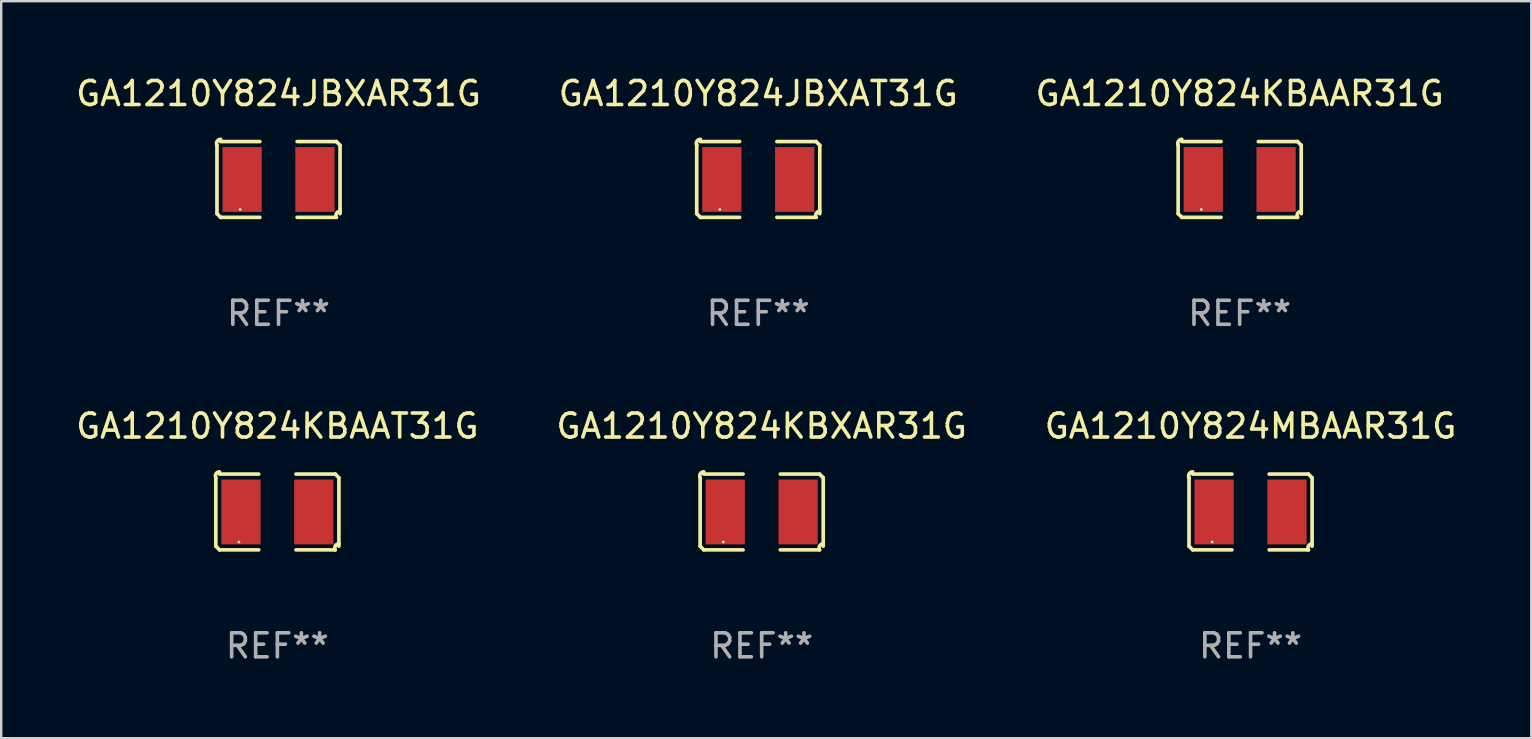
<source format=kicad_pcb>
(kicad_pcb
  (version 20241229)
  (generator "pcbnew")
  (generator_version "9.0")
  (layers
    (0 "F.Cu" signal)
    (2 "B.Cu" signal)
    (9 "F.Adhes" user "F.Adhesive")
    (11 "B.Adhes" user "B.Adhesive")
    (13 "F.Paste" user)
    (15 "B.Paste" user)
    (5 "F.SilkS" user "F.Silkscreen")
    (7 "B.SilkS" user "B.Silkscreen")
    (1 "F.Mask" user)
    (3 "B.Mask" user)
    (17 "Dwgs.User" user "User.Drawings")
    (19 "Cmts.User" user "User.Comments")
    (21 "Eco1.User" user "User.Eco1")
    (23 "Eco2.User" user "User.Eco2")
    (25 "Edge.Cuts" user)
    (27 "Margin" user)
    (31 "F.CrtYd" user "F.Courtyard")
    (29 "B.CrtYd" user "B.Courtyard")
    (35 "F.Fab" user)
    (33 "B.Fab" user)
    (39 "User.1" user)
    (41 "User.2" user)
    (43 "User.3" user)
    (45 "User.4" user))
  (footprint "GA1210Y824KBAAR31G"
    (layer "F.Cu")
    (at 48.601 4.427)
    (property "Reference" "GA1210Y824KBAAR31G" (at 0 -3.579 0) (layer "F.SilkS") (effects (font (size 1 1) (thickness 0.15))))
    (attr through_hole)
    (fp_line (start -2.564 1.426) (end -2.564 -1.426) (stroke (width 0.152) (type solid)) (layer "F.SilkS"))
    (fp_line (start -2.411 -1.579) (end -0.776 -1.579) (stroke (width 0.152) (type solid)) (layer "F.SilkS"))
    (fp_line (start -0.776 1.579) (end -2.411 1.579) (stroke (width 0.152) (type solid)) (layer "F.SilkS"))
    (fp_line (start 0.776 1.579) (end 2.411 1.579) (stroke (width 0.152) (type solid)) (layer "F.SilkS"))
    (fp_line (start 2.411 -1.579) (end 0.776 -1.579) (stroke (width 0.152) (type solid)) (layer "F.SilkS"))
    (fp_line (start 2.564 1.426) (end 2.564 -1.426) (stroke (width 0.152) (type solid)) (layer "F.SilkS"))
    (fp_arc (start -2.563602 -1.426213) (mid -2.555597 -1.591233) (end -2.411201 -1.671518) (stroke (width 0.1524) (type solid)) (layer "F.SilkS"))
    (fp_arc (start -2.5636 1.426214) (mid -2.487389 1.502402) (end -2.411201 1.578613) (stroke (width 0.1524) (type solid)) (layer "F.SilkS"))
    (fp_arc (start 2.411197 -1.578618) (mid 2.487403 -1.502419) (end 2.563602 -1.426213) (stroke (width 0.1524) (type solid)) (layer "F.SilkS"))
    (fp_arc (start 2.411201 1.578613) (mid 2.416214 1.409455) (end 2.563602 1.32629) (stroke (width 0.1524) (type solid)) (layer "F.SilkS"))
    (fp_circle (center -1.6 1.25) (end -1.57 1.25) (stroke (width 0.06) (type solid)) (fill no) (layer "F.SilkS"))
    (fp_text user "REF**" (at 0 5.579 0) (layer "F.Fab") (effects (font (size 1 1) (thickness 0.15))))
    (pad "1" smd rect (at -1.517 0) (size 1.635 2.7) (layers "F.Cu" "F.Mask" "F.Paste"))
    (pad "2" smd rect (at 1.517 0) (size 1.635 2.7) (layers "F.Cu" "F.Mask" "F.Paste")))
  (footprint "GA1210Y824MBAAR31G"
    (layer "F.Cu")
    (at 49.054 18.281)
    (property "Reference" "GA1210Y824MBAAR31G" (at 0 -3.579 0) (layer "F.SilkS") (effects (font (size 1 1) (thickness 0.15))))
    (attr through_hole)
    (fp_line (start -2.564 1.426) (end -2.564 -1.426) (stroke (width 0.152) (type solid)) (layer "F.SilkS"))
    (fp_line (start -2.411 -1.579) (end -0.776 -1.579) (stroke (width 0.152) (type solid)) (layer "F.SilkS"))
    (fp_line (start -0.776 1.579) (end -2.411 1.579) (stroke (width 0.152) (type solid)) (layer "F.SilkS"))
    (fp_line (start 0.776 1.579) (end 2.411 1.579) (stroke (width 0.152) (type solid)) (layer "F.SilkS"))
    (fp_line (start 2.411 -1.579) (end 0.776 -1.579) (stroke (width 0.152) (type solid)) (layer "F.SilkS"))
    (fp_line (start 2.564 1.426) (end 2.564 -1.426) (stroke (width 0.152) (type solid)) (layer "F.SilkS"))
    (fp_arc (start -2.563602 -1.426213) (mid -2.555597 -1.591233) (end -2.411201 -1.671518) (stroke (width 0.1524) (type solid)) (layer "F.SilkS"))
    (fp_arc (start -2.5636 1.426214) (mid -2.487389 1.502402) (end -2.411201 1.578613) (stroke (width 0.1524) (type solid)) (layer "F.SilkS"))
    (fp_arc (start 2.411197 -1.578618) (mid 2.487403 -1.502419) (end 2.563602 -1.426213) (stroke (width 0.1524) (type solid)) (layer "F.SilkS"))
    (fp_arc (start 2.411201 1.578613) (mid 2.416214 1.409455) (end 2.563602 1.32629) (stroke (width 0.1524) (type solid)) (layer "F.SilkS"))
    (fp_circle (center -1.6 1.25) (end -1.57 1.25) (stroke (width 0.06) (type solid)) (fill no) (layer "F.SilkS"))
    (fp_text user "REF**" (at 0 5.579 0) (layer "F.Fab") (effects (font (size 1 1) (thickness 0.15))))
    (pad "1" smd rect (at -1.517 0) (size 1.635 2.7) (layers "F.Cu" "F.Mask" "F.Paste"))
    (pad "2" smd rect (at 1.517 0) (size 1.635 2.7) (layers "F.Cu" "F.Mask" "F.Paste")))
  (footprint "GA1210Y824JBXAR31G"
    (layer "F.Cu")
    (at 8.554 4.427)
    (property "Reference" "GA1210Y824JBXAR31G" (at 0 -3.579 0) (layer "F.SilkS") (effects (font (size 1 1) (thickness 0.15))))
    (attr through_hole)
    (fp_line (start -2.564 1.426) (end -2.564 -1.426) (stroke (width 0.152) (type solid)) (layer "F.SilkS"))
    (fp_line (start -2.411 -1.579) (end -0.776 -1.579) (stroke (width 0.152) (type solid)) (layer "F.SilkS"))
    (fp_line (start -0.776 1.579) (end -2.411 1.579) (stroke (width 0.152) (type solid)) (layer "F.SilkS"))
    (fp_line (start 0.776 1.579) (end 2.411 1.579) (stroke (width 0.152) (type solid)) (layer "F.SilkS"))
    (fp_line (start 2.411 -1.579) (end 0.776 -1.579) (stroke (width 0.152) (type solid)) (layer "F.SilkS"))
    (fp_line (start 2.564 1.426) (end 2.564 -1.426) (stroke (width 0.152) (type solid)) (layer "F.SilkS"))
    (fp_arc (start -2.563602 -1.426213) (mid -2.555597 -1.591233) (end -2.411201 -1.671518) (stroke (width 0.1524) (type solid)) (layer "F.SilkS"))
    (fp_arc (start -2.5636 1.426214) (mid -2.487389 1.502402) (end -2.411201 1.578613) (stroke (width 0.1524) (type solid)) (layer "F.SilkS"))
    (fp_arc (start 2.411197 -1.578618) (mid 2.487403 -1.502419) (end 2.563602 -1.426213) (stroke (width 0.1524) (type solid)) (layer "F.SilkS"))
    (fp_arc (start 2.411201 1.578613) (mid 2.416214 1.409455) (end 2.563602 1.32629) (stroke (width 0.1524) (type solid)) (layer "F.SilkS"))
    (fp_circle (center -1.6 1.25) (end -1.57 1.25) (stroke (width 0.06) (type solid)) (fill no) (layer "F.SilkS"))
    (fp_text user "REF**" (at 0 5.579 0) (layer "F.Fab") (effects (font (size 1 1) (thickness 0.15))))
    (pad "1" smd rect (at -1.517 0) (size 1.635 2.7) (layers "F.Cu" "F.Mask" "F.Paste"))
    (pad "2" smd rect (at 1.517 0) (size 1.635 2.7) (layers "F.Cu" "F.Mask" "F.Paste")))
  (footprint "GA1210Y824KBXAR31G"
    (layer "F.Cu")
    (at 28.685 18.281)
    (property "Reference" "GA1210Y824KBXAR31G" (at 0 -3.579 0) (layer "F.SilkS") (effects (font (size 1 1) (thickness 0.15))))
    (attr through_hole)
    (fp_line (start -2.564 1.426) (end -2.564 -1.426) (stroke (width 0.152) (type solid)) (layer "F.SilkS"))
    (fp_line (start -2.411 -1.579) (end -0.776 -1.579) (stroke (width 0.152) (type solid)) (layer "F.SilkS"))
    (fp_line (start -0.776 1.579) (end -2.411 1.579) (stroke (width 0.152) (type solid)) (layer "F.SilkS"))
    (fp_line (start 0.776 1.579) (end 2.411 1.579) (stroke (width 0.152) (type solid)) (layer "F.SilkS"))
    (fp_line (start 2.411 -1.579) (end 0.776 -1.579) (stroke (width 0.152) (type solid)) (layer "F.SilkS"))
    (fp_line (start 2.564 1.426) (end 2.564 -1.426) (stroke (width 0.152) (type solid)) (layer "F.SilkS"))
    (fp_arc (start -2.563602 -1.426213) (mid -2.555597 -1.591233) (end -2.411201 -1.671518) (stroke (width 0.1524) (type solid)) (layer "F.SilkS"))
    (fp_arc (start -2.5636 1.426214) (mid -2.487389 1.502402) (end -2.411201 1.578613) (stroke (width 0.1524) (type solid)) (layer "F.SilkS"))
    (fp_arc (start 2.411197 -1.578618) (mid 2.487403 -1.502419) (end 2.563602 -1.426213) (stroke (width 0.1524) (type solid)) (layer "F.SilkS"))
    (fp_arc (start 2.411201 1.578613) (mid 2.416214 1.409455) (end 2.563602 1.32629) (stroke (width 0.1524) (type solid)) (layer "F.SilkS"))
    (fp_circle (center -1.6 1.25) (end -1.57 1.25) (stroke (width 0.06) (type solid)) (fill no) (layer "F.SilkS"))
    (fp_text user "REF**" (at 0 5.579 0) (layer "F.Fab") (effects (font (size 1 1) (thickness 0.15))))
    (pad "1" smd rect (at -1.517 0) (size 1.635 2.7) (layers "F.Cu" "F.Mask" "F.Paste"))
    (pad "2" smd rect (at 1.517 0) (size 1.635 2.7) (layers "F.Cu" "F.Mask" "F.Paste")))
  (footprint "GA1210Y824KBAAT31G"
    (layer "F.Cu")
    (at 8.506 18.281)
    (property "Reference" "GA1210Y824KBAAT31G" (at 0 -3.579 0) (layer "F.SilkS") (effects (font (size 1 1) (thickness 0.15))))
    (attr through_hole)
    (fp_line (start -2.564 1.426) (end -2.564 -1.426) (stroke (width 0.152) (type solid)) (layer "F.SilkS"))
    (fp_line (start -2.411 -1.579) (end -0.776 -1.579) (stroke (width 0.152) (type solid)) (layer "F.SilkS"))
    (fp_line (start -0.776 1.579) (end -2.411 1.579) (stroke (width 0.152) (type solid)) (layer "F.SilkS"))
    (fp_line (start 0.776 1.579) (end 2.411 1.579) (stroke (width 0.152) (type solid)) (layer "F.SilkS"))
    (fp_line (start 2.411 -1.579) (end 0.776 -1.579) (stroke (width 0.152) (type solid)) (layer "F.SilkS"))
    (fp_line (start 2.564 1.426) (end 2.564 -1.426) (stroke (width 0.152) (type solid)) (layer "F.SilkS"))
    (fp_arc (start -2.563602 -1.426213) (mid -2.555597 -1.591233) (end -2.411201 -1.671518) (stroke (width 0.1524) (type solid)) (layer "F.SilkS"))
    (fp_arc (start -2.5636 1.426214) (mid -2.487389 1.502402) (end -2.411201 1.578613) (stroke (width 0.1524) (type solid)) (layer "F.SilkS"))
    (fp_arc (start 2.411197 -1.578618) (mid 2.487403 -1.502419) (end 2.563602 -1.426213) (stroke (width 0.1524) (type solid)) (layer "F.SilkS"))
    (fp_arc (start 2.411201 1.578613) (mid 2.416214 1.409455) (end 2.563602 1.32629) (stroke (width 0.1524) (type solid)) (layer "F.SilkS"))
    (fp_circle (center -1.6 1.25) (end -1.57 1.25) (stroke (width 0.06) (type solid)) (fill no) (layer "F.SilkS"))
    (fp_text user "REF**" (at 0 5.579 0) (layer "F.Fab") (effects (font (size 1 1) (thickness 0.15))))
    (pad "1" smd rect (at -1.517 0) (size 1.635 2.7) (layers "F.Cu" "F.Mask" "F.Paste"))
    (pad "2" smd rect (at 1.517 0) (size 1.635 2.7) (layers "F.Cu" "F.Mask" "F.Paste")))
  (footprint "GA1210Y824JBXAT31G"
    (layer "F.Cu")
    (at 28.542 4.427)
    (property "Reference" "GA1210Y824JBXAT31G" (at 0 -3.579 0) (layer "F.SilkS") (effects (font (size 1 1) (thickness 0.15))))
    (attr through_hole)
    (fp_line (start -2.564 1.426) (end -2.564 -1.426) (stroke (width 0.152) (type solid)) (layer "F.SilkS"))
    (fp_line (start -2.411 -1.579) (end -0.776 -1.579) (stroke (width 0.152) (type solid)) (layer "F.SilkS"))
    (fp_line (start -0.776 1.579) (end -2.411 1.579) (stroke (width 0.152) (type solid)) (layer "F.SilkS"))
    (fp_line (start 0.776 1.579) (end 2.411 1.579) (stroke (width 0.152) (type solid)) (layer "F.SilkS"))
    (fp_line (start 2.411 -1.579) (end 0.776 -1.579) (stroke (width 0.152) (type solid)) (layer "F.SilkS"))
    (fp_line (start 2.564 1.426) (end 2.564 -1.426) (stroke (width 0.152) (type solid)) (layer "F.SilkS"))
    (fp_arc (start -2.563602 -1.426213) (mid -2.555597 -1.591233) (end -2.411201 -1.671518) (stroke (width 0.1524) (type solid)) (layer "F.SilkS"))
    (fp_arc (start -2.5636 1.426214) (mid -2.487389 1.502402) (end -2.411201 1.578613) (stroke (width 0.1524) (type solid)) (layer "F.SilkS"))
    (fp_arc (start 2.411197 -1.578618) (mid 2.487403 -1.502419) (end 2.563602 -1.426213) (stroke (width 0.1524) (type solid)) (layer "F.SilkS"))
    (fp_arc (start 2.411201 1.578613) (mid 2.416214 1.409455) (end 2.563602 1.32629) (stroke (width 0.1524) (type solid)) (layer "F.SilkS"))
    (fp_circle (center -1.6 1.25) (end -1.57 1.25) (stroke (width 0.06) (type solid)) (fill no) (layer "F.SilkS"))
    (fp_text user "REF**" (at 0 5.579 0) (layer "F.Fab") (effects (font (size 1 1) (thickness 0.15))))
    (pad "1" smd rect (at -1.517 0) (size 1.635 2.7) (layers "F.Cu" "F.Mask" "F.Paste"))
    (pad "2" smd rect (at 1.517 0) (size 1.635 2.7) (layers "F.Cu" "F.Mask" "F.Paste")))
  (gr_rect
    (start -3 -3)
    (end 60.75 27.707)
    (stroke (width 0.1) (type default))
    (fill no)
    (layer "Edge.Cuts")))
</source>
